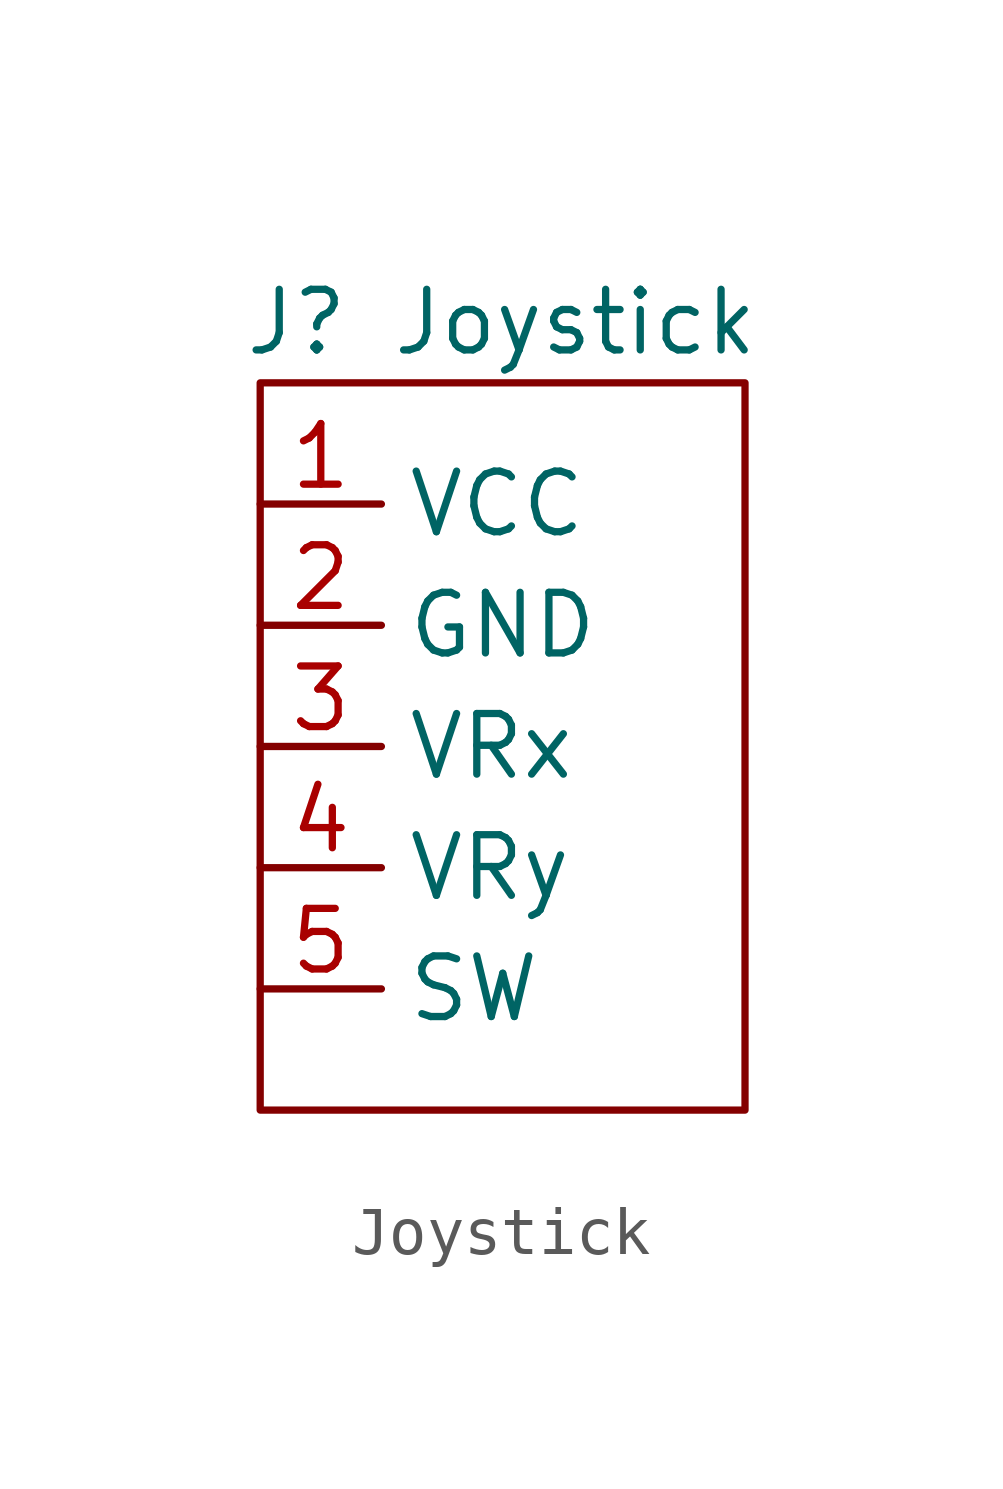
<source format=kicad_sym>
(kicad_symbol_lib
  (version 20231120)
  (generator "kicad_symbol_editor")
  (generator_version "8.0")
  (symbol "Joystick"
    (property "Reference" "J"
      (at -1.778 0 0)
      (effects (font (size 1.27 1.27))))
    (property "Value" "Joystick"
      (at 4.064 0 0)
      (effects (font (size 1.27 1.27))))
    (symbol "Joystick_0_1"
      (rectangle (start -2.54 -1.27) (end 7.62 -16.51) (stroke (width 0) (type default)) (fill (type none))))
    (symbol "Joystick_1_1"
      (pin power_in line (at -2.54 -3.81 0) (length 2.54) (name "VCC" (effects (font (size 1.27 1.27)))) (number "1" (effects (font (size 1.27 1.27)))))
      (pin output line (at -2.54 -6.35 0) (length 2.54) (name "GND" (effects (font (size 1.27 1.27)))) (number "2" (effects (font (size 1.27 1.27)))))
      (pin output line (at -2.54 -8.89 0) (length 2.54) (name "VRx" (effects (font (size 1.27 1.27)))) (number "3" (effects (font (size 1.27 1.27)))))
      (pin output line (at -2.54 -11.43 0) (length 2.54) (name "VRy" (effects (font (size 1.27 1.27)))) (number "4" (effects (font (size 1.27 1.27)))))
      (pin output line (at -2.54 -13.97 0) (length 2.54) (name "SW" (effects (font (size 1.27 1.27)))) (number "5" (effects (font (size 1.27 1.27))))))))
</source>
